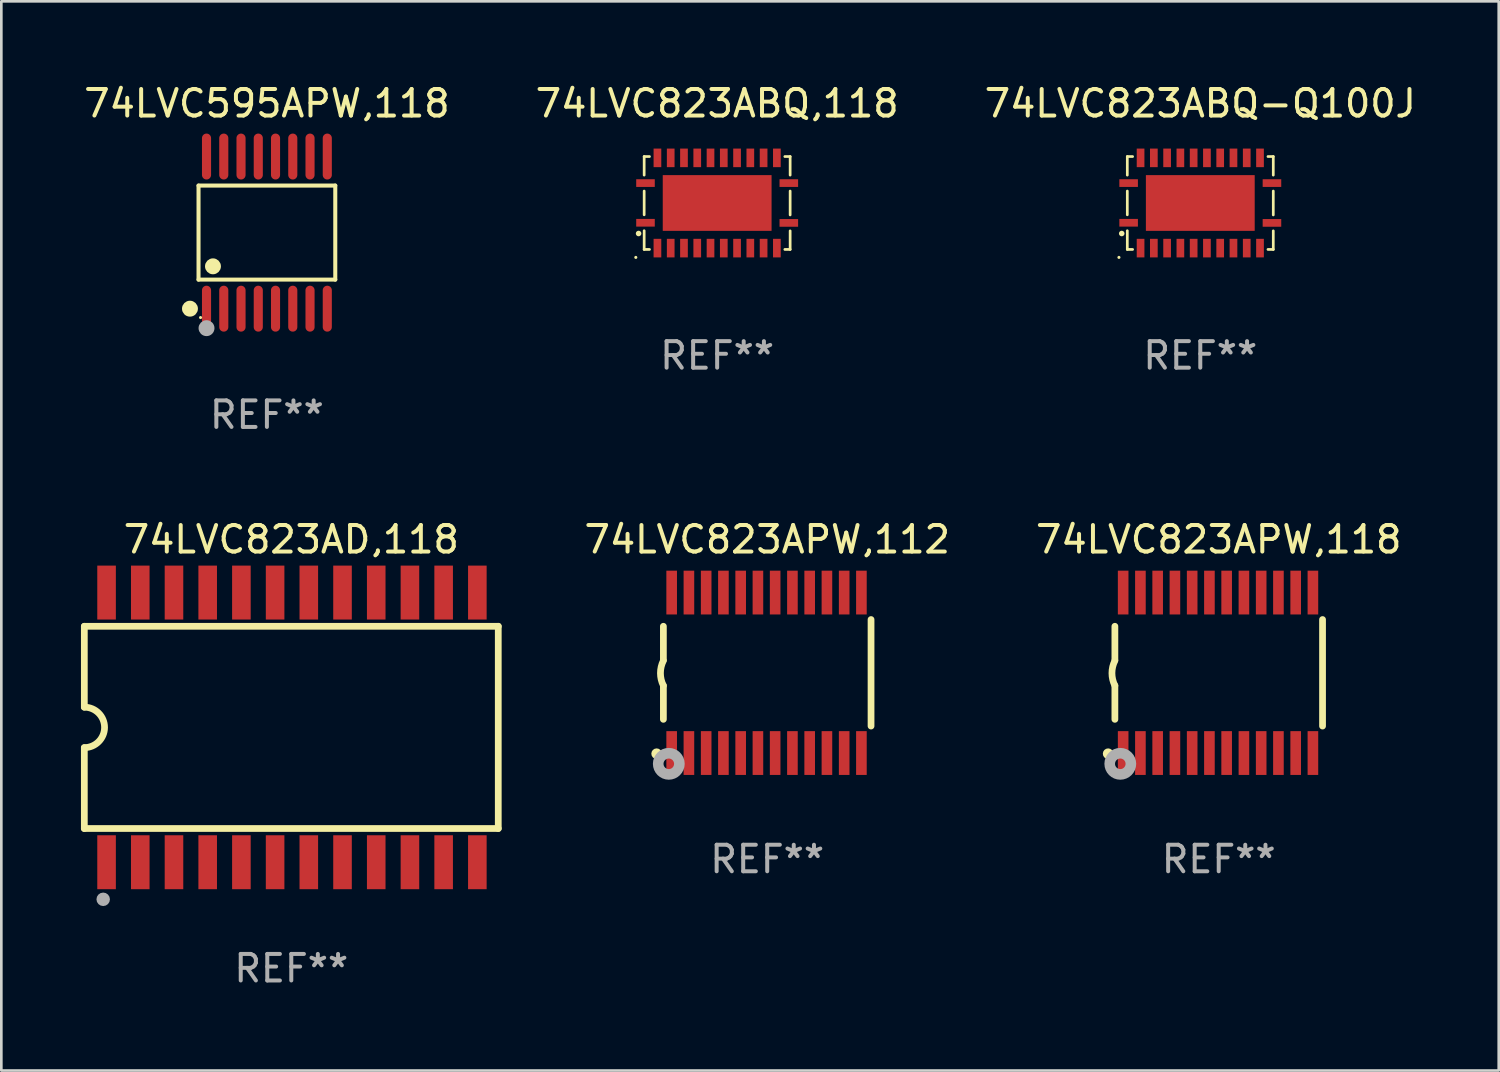
<source format=kicad_pcb>
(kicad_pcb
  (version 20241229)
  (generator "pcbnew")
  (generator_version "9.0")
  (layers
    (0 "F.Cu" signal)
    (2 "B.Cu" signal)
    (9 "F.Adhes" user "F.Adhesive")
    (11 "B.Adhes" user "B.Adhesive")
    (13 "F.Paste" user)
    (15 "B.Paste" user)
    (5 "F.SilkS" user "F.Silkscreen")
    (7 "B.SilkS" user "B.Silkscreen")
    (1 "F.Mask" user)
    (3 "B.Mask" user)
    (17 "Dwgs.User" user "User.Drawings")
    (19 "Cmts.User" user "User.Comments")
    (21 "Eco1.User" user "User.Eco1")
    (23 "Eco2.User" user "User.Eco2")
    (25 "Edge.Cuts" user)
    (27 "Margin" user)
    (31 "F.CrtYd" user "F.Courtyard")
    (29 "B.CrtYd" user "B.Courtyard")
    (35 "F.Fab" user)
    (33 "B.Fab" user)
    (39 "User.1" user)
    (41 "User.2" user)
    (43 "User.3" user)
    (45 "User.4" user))
  (footprint "74LVC823ABQ,118"
    (layer "F.Cu")
    (at 23.97 4.598)
    (property "Reference" "74LVC823ABQ,118" (at 0 -3.75 0) (layer "F.SilkS") (effects (font (size 1 1) (thickness 0.15))))
    (attr through_hole)
    (fp_line (start -2.75 -1.75) (end -2.75 -1.05) (stroke (width 0.102) (type solid)) (layer "F.SilkS"))
    (fp_line (start -2.75 -1.75) (end -2.55 -1.75) (stroke (width 0.102) (type solid)) (layer "F.SilkS"))
    (fp_line (start -2.75 -0.45) (end -2.75 0.445) (stroke (width 0.102) (type solid)) (layer "F.SilkS"))
    (fp_line (start -2.75 1.75) (end -2.75 1.045) (stroke (width 0.102) (type solid)) (layer "F.SilkS"))
    (fp_line (start -2.55 1.75) (end -2.75 1.75) (stroke (width 0.102) (type solid)) (layer "F.SilkS"))
    (fp_line (start 2.55 -1.75) (end 2.75 -1.75) (stroke (width 0.102) (type solid)) (layer "F.SilkS"))
    (fp_line (start 2.75 -1.75) (end 2.75 -1.05) (stroke (width 0.102) (type solid)) (layer "F.SilkS"))
    (fp_line (start 2.75 -0.45) (end 2.75 0.45) (stroke (width 0.102) (type solid)) (layer "F.SilkS"))
    (fp_line (start 2.75 1.05) (end 2.75 1.75) (stroke (width 0.102) (type solid)) (layer "F.SilkS"))
    (fp_line (start 2.75 1.75) (end 2.55 1.75) (stroke (width 0.102) (type solid)) (layer "F.SilkS"))
    (fp_circle (center -3.065 2.05) (end -3.035 2.05) (stroke (width 0.06) (type solid)) (fill no) (layer "F.SilkS"))
    (fp_circle (center -2.96 1.15) (end -2.906 1.15) (stroke (width 0.102) (type solid)) (fill no) (layer "F.SilkS"))
    (fp_text user "REF**" (at 0 5.75 0) (layer "F.Fab") (effects (font (size 1 1) (thickness 0.15))))
    (pad "1" smd rect (at -2.7 0.745 90) (size 0.29 0.7) (layers "F.Cu" "F.Mask" "F.Paste"))
    (pad "2" smd rect (at -2.25 1.7) (size 0.29 0.7) (layers "F.Cu" "F.Mask" "F.Paste"))
    (pad "3" smd rect (at -1.75 1.7) (size 0.29 0.7) (layers "F.Cu" "F.Mask" "F.Paste"))
    (pad "4" smd rect (at -1.25 1.7) (size 0.29 0.7) (layers "F.Cu" "F.Mask" "F.Paste"))
    (pad "5" smd rect (at -0.75 1.7) (size 0.29 0.7) (layers "F.Cu" "F.Mask" "F.Paste"))
    (pad "6" smd rect (at -0.25 1.7) (size 0.29 0.7) (layers "F.Cu" "F.Mask" "F.Paste"))
    (pad "7" smd rect (at 0.25 1.7) (size 0.29 0.7) (layers "F.Cu" "F.Mask" "F.Paste"))
    (pad "8" smd rect (at 0.75 1.7) (size 0.29 0.7) (layers "F.Cu" "F.Mask" "F.Paste"))
    (pad "9" smd rect (at 1.25 1.7) (size 0.29 0.7) (layers "F.Cu" "F.Mask" "F.Paste"))
    (pad "10" smd rect (at 1.75 1.7) (size 0.29 0.7) (layers "F.Cu" "F.Mask" "F.Paste"))
    (pad "11" smd rect (at 2.25 1.7) (size 0.29 0.7) (layers "F.Cu" "F.Mask" "F.Paste"))
    (pad "12" smd rect (at 2.7 0.75 90) (size 0.29 0.7) (layers "F.Cu" "F.Mask" "F.Paste"))
    (pad "13" smd rect (at 2.7 -0.75 90) (size 0.29 0.7) (layers "F.Cu" "F.Mask" "F.Paste"))
    (pad "14" smd rect (at 2.25 -1.7 180) (size 0.29 0.7) (layers "F.Cu" "F.Mask" "F.Paste"))
    (pad "15" smd rect (at 1.75 -1.7 180) (size 0.29 0.7) (layers "F.Cu" "F.Mask" "F.Paste"))
    (pad "16" smd rect (at 1.25 -1.7 180) (size 0.29 0.7) (layers "F.Cu" "F.Mask" "F.Paste"))
    (pad "17" smd rect (at 0.75 -1.7 180) (size 0.29 0.7) (layers "F.Cu" "F.Mask" "F.Paste"))
    (pad "18" smd rect (at 0.25 -1.7 180) (size 0.29 0.7) (layers "F.Cu" "F.Mask" "F.Paste"))
    (pad "19" smd rect (at -0.25 -1.7 180) (size 0.29 0.7) (layers "F.Cu" "F.Mask" "F.Paste"))
    (pad "20" smd rect (at -0.75 -1.7 180) (size 0.29 0.7) (layers "F.Cu" "F.Mask" "F.Paste"))
    (pad "21" smd rect (at -1.25 -1.7 180) (size 0.29 0.7) (layers "F.Cu" "F.Mask" "F.Paste"))
    (pad "22" smd rect (at -1.75 -1.7 180) (size 0.29 0.7) (layers "F.Cu" "F.Mask" "F.Paste"))
    (pad "23" smd rect (at -2.25 -1.7 180) (size 0.29 0.7) (layers "F.Cu" "F.Mask" "F.Paste"))
    (pad "24" smd rect (at -2.7 -0.75 270) (size 0.29 0.7) (layers "F.Cu" "F.Mask" "F.Paste"))
    (pad "25" smd rect (at 0 0) (size 4.1 2.1) (layers "F.Cu" "F.Mask" "F.Paste")))
  (footprint "74LVC595APW,118"
    (layer "F.Cu")
    (at 7.006 5.714)
    (property "Reference" "74LVC595APW,118" (at 0 -4.866 0) (layer "F.SilkS") (effects (font (size 1 1) (thickness 0.15))))
    (attr through_hole)
    (fp_line (start -2.576 -1.772) (end 2.576 -1.772) (stroke (width 0.152) (type solid)) (layer "F.SilkS"))
    (fp_line (start -2.576 1.771) (end -2.576 -1.772) (stroke (width 0.152) (type solid)) (layer "F.SilkS"))
    (fp_line (start 2.576 -1.772) (end 2.576 1.771) (stroke (width 0.152) (type solid)) (layer "F.SilkS"))
    (fp_line (start 2.576 1.771) (end -2.576 1.771) (stroke (width 0.152) (type solid)) (layer "F.SilkS"))
    (fp_circle (center -2.899 2.866) (end -2.749 2.866) (stroke (width 0.3) (type solid)) (fill no) (layer "F.SilkS"))
    (fp_circle (center -2.5 3.2) (end -2.47 3.2) (stroke (width 0.06) (type solid)) (fill no) (layer "F.SilkS"))
    (fp_circle (center -2.032 1.27) (end -1.882 1.27) (stroke (width 0.3) (type solid)) (fill no) (layer "F.SilkS"))
    (fp_circle (center -2.275 3.6) (end -2.125 3.6) (stroke (width 0.3) (type solid)) (fill no) (layer "F.Fab"))
    (fp_text user "REF**" (at 0 6.866 0) (layer "F.Fab") (effects (font (size 1 1) (thickness 0.15))))
    (pad "1" smd oval (at -2.275 2.866) (size 0.343 1.731) (layers "F.Cu" "F.Mask" "F.Paste"))
    (pad "2" smd oval (at -1.625 2.866) (size 0.343 1.731) (layers "F.Cu" "F.Mask" "F.Paste"))
    (pad "3" smd oval (at -0.975 2.866) (size 0.343 1.731) (layers "F.Cu" "F.Mask" "F.Paste"))
    (pad "4" smd oval (at -0.325 2.866) (size 0.343 1.731) (layers "F.Cu" "F.Mask" "F.Paste"))
    (pad "5" smd oval (at 0.325 2.866) (size 0.343 1.731) (layers "F.Cu" "F.Mask" "F.Paste"))
    (pad "6" smd oval (at 0.975 2.866) (size 0.343 1.731) (layers "F.Cu" "F.Mask" "F.Paste"))
    (pad "7" smd oval (at 1.625 2.866) (size 0.343 1.731) (layers "F.Cu" "F.Mask" "F.Paste"))
    (pad "8" smd oval (at 2.275 2.866) (size 0.343 1.731) (layers "F.Cu" "F.Mask" "F.Paste"))
    (pad "9" smd oval (at 2.275 -2.866) (size 0.343 1.731) (layers "F.Cu" "F.Mask" "F.Paste"))
    (pad "10" smd oval (at 1.625 -2.866) (size 0.343 1.731) (layers "F.Cu" "F.Mask" "F.Paste"))
    (pad "11" smd oval (at 0.975 -2.866) (size 0.343 1.731) (layers "F.Cu" "F.Mask" "F.Paste"))
    (pad "12" smd oval (at 0.325 -2.866) (size 0.343 1.731) (layers "F.Cu" "F.Mask" "F.Paste"))
    (pad "13" smd oval (at -0.325 -2.866) (size 0.343 1.731) (layers "F.Cu" "F.Mask" "F.Paste"))
    (pad "14" smd oval (at -0.975 -2.866) (size 0.343 1.731) (layers "F.Cu" "F.Mask" "F.Paste"))
    (pad "15" smd oval (at -1.625 -2.866) (size 0.343 1.731) (layers "F.Cu" "F.Mask" "F.Paste"))
    (pad "16" smd oval (at -2.275 -2.866) (size 0.343 1.731) (layers "F.Cu" "F.Mask" "F.Paste")))
  (footprint "74LVC823AD,118"
    (layer "F.Cu")
    (at 7.925 24.356)
    (property "Reference" "74LVC823AD,118" (at 0 -7.08 0) (layer "F.SilkS") (effects (font (size 1 1) (thickness 0.15))))
    (attr through_hole)
    (fp_line (start -7.798 -3.81) (end -7.798 -0.762) (stroke (width 0.254) (type solid)) (layer "F.SilkS"))
    (fp_line (start -7.798 3.81) (end -7.798 0.762) (stroke (width 0.254) (type solid)) (layer "F.SilkS"))
    (fp_line (start 7.798 -3.81) (end -7.798 -3.81) (stroke (width 0.254) (type solid)) (layer "F.SilkS"))
    (fp_line (start 7.798 3.81) (end -7.798 3.81) (stroke (width 0.254) (type solid)) (layer "F.SilkS"))
    (fp_line (start 7.798 3.81) (end 7.798 -3.81) (stroke (width 0.254) (type solid)) (layer "F.SilkS"))
    (fp_arc (start -7.797791 -0.762002) (mid -7.03579 -0.000001) (end -7.79779 0.762002) (stroke (width 0.254001) (type solid)) (layer "F.SilkS"))
    (fp_circle (center -7.825 3.75) (end -7.795 3.75) (stroke (width 0.06) (type solid)) (fill no) (layer "F.SilkS"))
    (fp_circle (center -7.087 6.477) (end -6.96 6.477) (stroke (width 0.254) (type solid)) (fill no) (layer "F.Fab"))
    (fp_text user "REF**" (at 0 9.08 0) (layer "F.Fab") (effects (font (size 1 1) (thickness 0.15))))
    (pad "1" smd rect (at -6.96 5.08 90) (size 2.032 0.7) (layers "F.Cu" "F.Mask" "F.Paste"))
    (pad "2" smd rect (at -5.69 5.08 90) (size 2.032 0.7) (layers "F.Cu" "F.Mask" "F.Paste"))
    (pad "3" smd rect (at -4.42 5.08 90) (size 2.032 0.7) (layers "F.Cu" "F.Mask" "F.Paste"))
    (pad "4" smd rect (at -3.15 5.08 90) (size 2.032 0.7) (layers "F.Cu" "F.Mask" "F.Paste"))
    (pad "5" smd rect (at -1.88 5.08 90) (size 2.032 0.7) (layers "F.Cu" "F.Mask" "F.Paste"))
    (pad "6" smd rect (at -0.61 5.08 90) (size 2.032 0.7) (layers "F.Cu" "F.Mask" "F.Paste"))
    (pad "7" smd rect (at 0.66 5.08 90) (size 2.032 0.7) (layers "F.Cu" "F.Mask" "F.Paste"))
    (pad "8" smd rect (at 1.93 5.08 90) (size 2.032 0.7) (layers "F.Cu" "F.Mask" "F.Paste"))
    (pad "9" smd rect (at 3.2 5.08 90) (size 2.032 0.7) (layers "F.Cu" "F.Mask" "F.Paste"))
    (pad "10" smd rect (at 4.47 5.08 90) (size 2.032 0.7) (layers "F.Cu" "F.Mask" "F.Paste"))
    (pad "11" smd rect (at 5.74 5.08 90) (size 2.032 0.7) (layers "F.Cu" "F.Mask" "F.Paste"))
    (pad "12" smd rect (at 7.01 5.08 90) (size 2.032 0.7) (layers "F.Cu" "F.Mask" "F.Paste"))
    (pad "13" smd rect (at 7.01 -5.08 90) (size 2.032 0.7) (layers "F.Cu" "F.Mask" "F.Paste"))
    (pad "14" smd rect (at 5.74 -5.08 90) (size 2.032 0.7) (layers "F.Cu" "F.Mask" "F.Paste"))
    (pad "15" smd rect (at 4.47 -5.08 90) (size 2.032 0.7) (layers "F.Cu" "F.Mask" "F.Paste"))
    (pad "16" smd rect (at 3.2 -5.08 90) (size 2.032 0.7) (layers "F.Cu" "F.Mask" "F.Paste"))
    (pad "17" smd rect (at 1.93 -5.08 90) (size 2.032 0.7) (layers "F.Cu" "F.Mask" "F.Paste"))
    (pad "18" smd rect (at 0.66 -5.08 90) (size 2.032 0.7) (layers "F.Cu" "F.Mask" "F.Paste"))
    (pad "19" smd rect (at -0.61 -5.08 90) (size 2.032 0.7) (layers "F.Cu" "F.Mask" "F.Paste"))
    (pad "20" smd rect (at -1.88 -5.08 90) (size 2.032 0.7) (layers "F.Cu" "F.Mask" "F.Paste"))
    (pad "21" smd rect (at -3.15 -5.08 90) (size 2.032 0.7) (layers "F.Cu" "F.Mask" "F.Paste"))
    (pad "22" smd rect (at -4.42 -5.08 90) (size 2.032 0.7) (layers "F.Cu" "F.Mask" "F.Paste"))
    (pad "23" smd rect (at -5.69 -5.08 90) (size 2.032 0.7) (layers "F.Cu" "F.Mask" "F.Paste"))
    (pad "24" smd rect (at -6.96 -5.08 90) (size 2.032 0.7) (layers "F.Cu" "F.Mask" "F.Paste")))
  (footprint "74LVC823ABQ-Q100J"
    (layer "F.Cu")
    (at 42.173 4.598)
    (property "Reference" "74LVC823ABQ-Q100J" (at 0 -3.75 0) (layer "F.SilkS") (effects (font (size 1 1) (thickness 0.15))))
    (attr through_hole)
    (fp_line (start -2.75 -1.75) (end -2.75 -1.05) (stroke (width 0.102) (type solid)) (layer "F.SilkS"))
    (fp_line (start -2.75 -1.75) (end -2.55 -1.75) (stroke (width 0.102) (type solid)) (layer "F.SilkS"))
    (fp_line (start -2.75 -0.45) (end -2.75 0.445) (stroke (width 0.102) (type solid)) (layer "F.SilkS"))
    (fp_line (start -2.75 1.75) (end -2.75 1.045) (stroke (width 0.102) (type solid)) (layer "F.SilkS"))
    (fp_line (start -2.55 1.75) (end -2.75 1.75) (stroke (width 0.102) (type solid)) (layer "F.SilkS"))
    (fp_line (start 2.55 -1.75) (end 2.75 -1.75) (stroke (width 0.102) (type solid)) (layer "F.SilkS"))
    (fp_line (start 2.75 -1.75) (end 2.75 -1.05) (stroke (width 0.102) (type solid)) (layer "F.SilkS"))
    (fp_line (start 2.75 -0.45) (end 2.75 0.45) (stroke (width 0.102) (type solid)) (layer "F.SilkS"))
    (fp_line (start 2.75 1.05) (end 2.75 1.75) (stroke (width 0.102) (type solid)) (layer "F.SilkS"))
    (fp_line (start 2.75 1.75) (end 2.55 1.75) (stroke (width 0.102) (type solid)) (layer "F.SilkS"))
    (fp_circle (center -3.065 2.05) (end -3.035 2.05) (stroke (width 0.06) (type solid)) (fill no) (layer "F.SilkS"))
    (fp_circle (center -2.96 1.15) (end -2.906 1.15) (stroke (width 0.102) (type solid)) (fill no) (layer "F.SilkS"))
    (fp_text user "REF**" (at 0 5.75 0) (layer "F.Fab") (effects (font (size 1 1) (thickness 0.15))))
    (pad "1" smd rect (at -2.7 0.745 90) (size 0.29 0.7) (layers "F.Cu" "F.Mask" "F.Paste"))
    (pad "2" smd rect (at -2.25 1.7) (size 0.29 0.7) (layers "F.Cu" "F.Mask" "F.Paste"))
    (pad "3" smd rect (at -1.75 1.7) (size 0.29 0.7) (layers "F.Cu" "F.Mask" "F.Paste"))
    (pad "4" smd rect (at -1.25 1.7) (size 0.29 0.7) (layers "F.Cu" "F.Mask" "F.Paste"))
    (pad "5" smd rect (at -0.75 1.7) (size 0.29 0.7) (layers "F.Cu" "F.Mask" "F.Paste"))
    (pad "6" smd rect (at -0.25 1.7) (size 0.29 0.7) (layers "F.Cu" "F.Mask" "F.Paste"))
    (pad "7" smd rect (at 0.25 1.7) (size 0.29 0.7) (layers "F.Cu" "F.Mask" "F.Paste"))
    (pad "8" smd rect (at 0.75 1.7) (size 0.29 0.7) (layers "F.Cu" "F.Mask" "F.Paste"))
    (pad "9" smd rect (at 1.25 1.7) (size 0.29 0.7) (layers "F.Cu" "F.Mask" "F.Paste"))
    (pad "10" smd rect (at 1.75 1.7) (size 0.29 0.7) (layers "F.Cu" "F.Mask" "F.Paste"))
    (pad "11" smd rect (at 2.25 1.7) (size 0.29 0.7) (layers "F.Cu" "F.Mask" "F.Paste"))
    (pad "12" smd rect (at 2.7 0.75 90) (size 0.29 0.7) (layers "F.Cu" "F.Mask" "F.Paste"))
    (pad "13" smd rect (at 2.7 -0.75 90) (size 0.29 0.7) (layers "F.Cu" "F.Mask" "F.Paste"))
    (pad "14" smd rect (at 2.25 -1.7 180) (size 0.29 0.7) (layers "F.Cu" "F.Mask" "F.Paste"))
    (pad "15" smd rect (at 1.75 -1.7 180) (size 0.29 0.7) (layers "F.Cu" "F.Mask" "F.Paste"))
    (pad "16" smd rect (at 1.25 -1.7 180) (size 0.29 0.7) (layers "F.Cu" "F.Mask" "F.Paste"))
    (pad "17" smd rect (at 0.75 -1.7 180) (size 0.29 0.7) (layers "F.Cu" "F.Mask" "F.Paste"))
    (pad "18" smd rect (at 0.25 -1.7 180) (size 0.29 0.7) (layers "F.Cu" "F.Mask" "F.Paste"))
    (pad "19" smd rect (at -0.25 -1.7 180) (size 0.29 0.7) (layers "F.Cu" "F.Mask" "F.Paste"))
    (pad "20" smd rect (at -0.75 -1.7 180) (size 0.29 0.7) (layers "F.Cu" "F.Mask" "F.Paste"))
    (pad "21" smd rect (at -1.25 -1.7 180) (size 0.29 0.7) (layers "F.Cu" "F.Mask" "F.Paste"))
    (pad "22" smd rect (at -1.75 -1.7 180) (size 0.29 0.7) (layers "F.Cu" "F.Mask" "F.Paste"))
    (pad "23" smd rect (at -2.25 -1.7 180) (size 0.29 0.7) (layers "F.Cu" "F.Mask" "F.Paste"))
    (pad "24" smd rect (at -2.7 -0.75 270) (size 0.29 0.7) (layers "F.Cu" "F.Mask" "F.Paste"))
    (pad "25" smd rect (at 0 0) (size 4.1 2.1) (layers "F.Cu" "F.Mask" "F.Paste")))
  (footprint "74LVC823APW,118"
    (layer "F.Cu")
    (at 42.867 22.299)
    (property "Reference" "74LVC823APW,118" (at 0 -5.023 0) (layer "F.SilkS") (effects (font (size 1 1) (thickness 0.15))))
    (attr through_hole)
    (fp_line (start -3.912 -0.483) (end -3.912 -1.753) (stroke (width 0.254) (type solid)) (layer "F.SilkS"))
    (fp_line (start -3.912 1.753) (end -3.912 0.483) (stroke (width 0.254) (type solid)) (layer "F.SilkS"))
    (fp_line (start 3.912 -2.007) (end 3.912 2.007) (stroke (width 0.254) (type solid)) (layer "F.SilkS"))
    (fp_arc (start -3.911608 0.482601) (mid -4.022537 0.0127) (end -3.911608 -0.457201) (stroke (width 0.254001) (type solid)) (layer "F.SilkS"))
    (fp_circle (center -4.166 3.048) (end -4.066 3.048) (stroke (width 0.2) (type solid)) (fill no) (layer "F.SilkS"))
    (fp_circle (center -3.925 3.186) (end -3.895 3.186) (stroke (width 0.06) (type solid)) (fill no) (layer "F.SilkS"))
    (fp_circle (center -3.708 3.429) (end -3.509 3.429) (stroke (width 0.4) (type solid)) (fill no) (layer "F.Fab"))
    (fp_text user "REF**" (at 0 7.023 0) (layer "F.Fab") (effects (font (size 1 1) (thickness 0.15))))
    (pad "1" smd rect (at -3.6 3.023) (size 0.4 1.65) (layers "F.Cu" "F.Mask" "F.Paste"))
    (pad "2" smd rect (at -2.95 3.023) (size 0.4 1.65) (layers "F.Cu" "F.Mask" "F.Paste"))
    (pad "3" smd rect (at -2.3 3.023) (size 0.4 1.65) (layers "F.Cu" "F.Mask" "F.Paste"))
    (pad "4" smd rect (at -1.65 3.023) (size 0.4 1.65) (layers "F.Cu" "F.Mask" "F.Paste"))
    (pad "5" smd rect (at -1 3.023) (size 0.4 1.65) (layers "F.Cu" "F.Mask" "F.Paste"))
    (pad "6" smd rect (at -0.35 3.023) (size 0.4 1.65) (layers "F.Cu" "F.Mask" "F.Paste"))
    (pad "7" smd rect (at 0.299 3.023) (size 0.4 1.65) (layers "F.Cu" "F.Mask" "F.Paste"))
    (pad "8" smd rect (at 0.95 3.023) (size 0.4 1.65) (layers "F.Cu" "F.Mask" "F.Paste"))
    (pad "9" smd rect (at 1.6 3.023) (size 0.4 1.65) (layers "F.Cu" "F.Mask" "F.Paste"))
    (pad "10" smd rect (at 2.25 3.023) (size 0.4 1.65) (layers "F.Cu" "F.Mask" "F.Paste"))
    (pad "11" smd rect (at 2.9 3.023) (size 0.4 1.65) (layers "F.Cu" "F.Mask" "F.Paste"))
    (pad "12" smd rect (at 3.549 3.023) (size 0.4 1.65) (layers "F.Cu" "F.Mask" "F.Paste"))
    (pad "13" smd rect (at 3.549 -3.023) (size 0.4 1.65) (layers "F.Cu" "F.Mask" "F.Paste"))
    (pad "14" smd rect (at 2.9 -3.023) (size 0.4 1.65) (layers "F.Cu" "F.Mask" "F.Paste"))
    (pad "15" smd rect (at 2.25 -3.023) (size 0.4 1.65) (layers "F.Cu" "F.Mask" "F.Paste"))
    (pad "16" smd rect (at 1.6 -3.023) (size 0.4 1.65) (layers "F.Cu" "F.Mask" "F.Paste"))
    (pad "17" smd rect (at 0.95 -3.023) (size 0.4 1.65) (layers "F.Cu" "F.Mask" "F.Paste"))
    (pad "18" smd rect (at 0.299 -3.023) (size 0.4 1.65) (layers "F.Cu" "F.Mask" "F.Paste"))
    (pad "19" smd rect (at -0.35 -3.023) (size 0.4 1.65) (layers "F.Cu" "F.Mask" "F.Paste"))
    (pad "20" smd rect (at -1 -3.023) (size 0.4 1.65) (layers "F.Cu" "F.Mask" "F.Paste"))
    (pad "21" smd rect (at -1.65 -3.023) (size 0.4 1.65) (layers "F.Cu" "F.Mask" "F.Paste"))
    (pad "22" smd rect (at -2.3 -3.023) (size 0.4 1.65) (layers "F.Cu" "F.Mask" "F.Paste"))
    (pad "23" smd rect (at -2.95 -3.023) (size 0.4 1.65) (layers "F.Cu" "F.Mask" "F.Paste"))
    (pad "24" smd rect (at -3.6 -3.023) (size 0.4 1.65) (layers "F.Cu" "F.Mask" "F.Paste")))
  (footprint "74LVC823APW,112"
    (layer "F.Cu")
    (at 25.856 22.299)
    (property "Reference" "74LVC823APW,112" (at 0 -5.023 0) (layer "F.SilkS") (effects (font (size 1 1) (thickness 0.15))))
    (attr through_hole)
    (fp_line (start -3.912 -0.483) (end -3.912 -1.753) (stroke (width 0.254) (type solid)) (layer "F.SilkS"))
    (fp_line (start -3.912 1.753) (end -3.912 0.483) (stroke (width 0.254) (type solid)) (layer "F.SilkS"))
    (fp_line (start 3.912 -2.007) (end 3.912 2.007) (stroke (width 0.254) (type solid)) (layer "F.SilkS"))
    (fp_arc (start -3.911608 0.482601) (mid -4.022537 0.0127) (end -3.911608 -0.457201) (stroke (width 0.254001) (type solid)) (layer "F.SilkS"))
    (fp_circle (center -4.166 3.048) (end -4.066 3.048) (stroke (width 0.2) (type solid)) (fill no) (layer "F.SilkS"))
    (fp_circle (center -3.925 3.186) (end -3.895 3.186) (stroke (width 0.06) (type solid)) (fill no) (layer "F.SilkS"))
    (fp_circle (center -3.708 3.429) (end -3.509 3.429) (stroke (width 0.4) (type solid)) (fill no) (layer "F.Fab"))
    (fp_text user "REF**" (at 0 7.023 0) (layer "F.Fab") (effects (font (size 1 1) (thickness 0.15))))
    (pad "1" smd rect (at -3.6 3.023) (size 0.4 1.65) (layers "F.Cu" "F.Mask" "F.Paste"))
    (pad "2" smd rect (at -2.95 3.023) (size 0.4 1.65) (layers "F.Cu" "F.Mask" "F.Paste"))
    (pad "3" smd rect (at -2.3 3.023) (size 0.4 1.65) (layers "F.Cu" "F.Mask" "F.Paste"))
    (pad "4" smd rect (at -1.65 3.023) (size 0.4 1.65) (layers "F.Cu" "F.Mask" "F.Paste"))
    (pad "5" smd rect (at -1 3.023) (size 0.4 1.65) (layers "F.Cu" "F.Mask" "F.Paste"))
    (pad "6" smd rect (at -0.35 3.023) (size 0.4 1.65) (layers "F.Cu" "F.Mask" "F.Paste"))
    (pad "7" smd rect (at 0.299 3.023) (size 0.4 1.65) (layers "F.Cu" "F.Mask" "F.Paste"))
    (pad "8" smd rect (at 0.95 3.023) (size 0.4 1.65) (layers "F.Cu" "F.Mask" "F.Paste"))
    (pad "9" smd rect (at 1.6 3.023) (size 0.4 1.65) (layers "F.Cu" "F.Mask" "F.Paste"))
    (pad "10" smd rect (at 2.25 3.023) (size 0.4 1.65) (layers "F.Cu" "F.Mask" "F.Paste"))
    (pad "11" smd rect (at 2.9 3.023) (size 0.4 1.65) (layers "F.Cu" "F.Mask" "F.Paste"))
    (pad "12" smd rect (at 3.549 3.023) (size 0.4 1.65) (layers "F.Cu" "F.Mask" "F.Paste"))
    (pad "13" smd rect (at 3.549 -3.023) (size 0.4 1.65) (layers "F.Cu" "F.Mask" "F.Paste"))
    (pad "14" smd rect (at 2.9 -3.023) (size 0.4 1.65) (layers "F.Cu" "F.Mask" "F.Paste"))
    (pad "15" smd rect (at 2.25 -3.023) (size 0.4 1.65) (layers "F.Cu" "F.Mask" "F.Paste"))
    (pad "16" smd rect (at 1.6 -3.023) (size 0.4 1.65) (layers "F.Cu" "F.Mask" "F.Paste"))
    (pad "17" smd rect (at 0.95 -3.023) (size 0.4 1.65) (layers "F.Cu" "F.Mask" "F.Paste"))
    (pad "18" smd rect (at 0.299 -3.023) (size 0.4 1.65) (layers "F.Cu" "F.Mask" "F.Paste"))
    (pad "19" smd rect (at -0.35 -3.023) (size 0.4 1.65) (layers "F.Cu" "F.Mask" "F.Paste"))
    (pad "20" smd rect (at -1 -3.023) (size 0.4 1.65) (layers "F.Cu" "F.Mask" "F.Paste"))
    (pad "21" smd rect (at -1.65 -3.023) (size 0.4 1.65) (layers "F.Cu" "F.Mask" "F.Paste"))
    (pad "22" smd rect (at -2.3 -3.023) (size 0.4 1.65) (layers "F.Cu" "F.Mask" "F.Paste"))
    (pad "23" smd rect (at -2.95 -3.023) (size 0.4 1.65) (layers "F.Cu" "F.Mask" "F.Paste"))
    (pad "24" smd rect (at -3.6 -3.023) (size 0.4 1.65) (layers "F.Cu" "F.Mask" "F.Paste")))
  (gr_rect
    (start -3 -3)
    (end 53.417 37.285)
    (stroke (width 0.1) (type default))
    (fill no)
    (layer "Edge.Cuts")))
</source>
